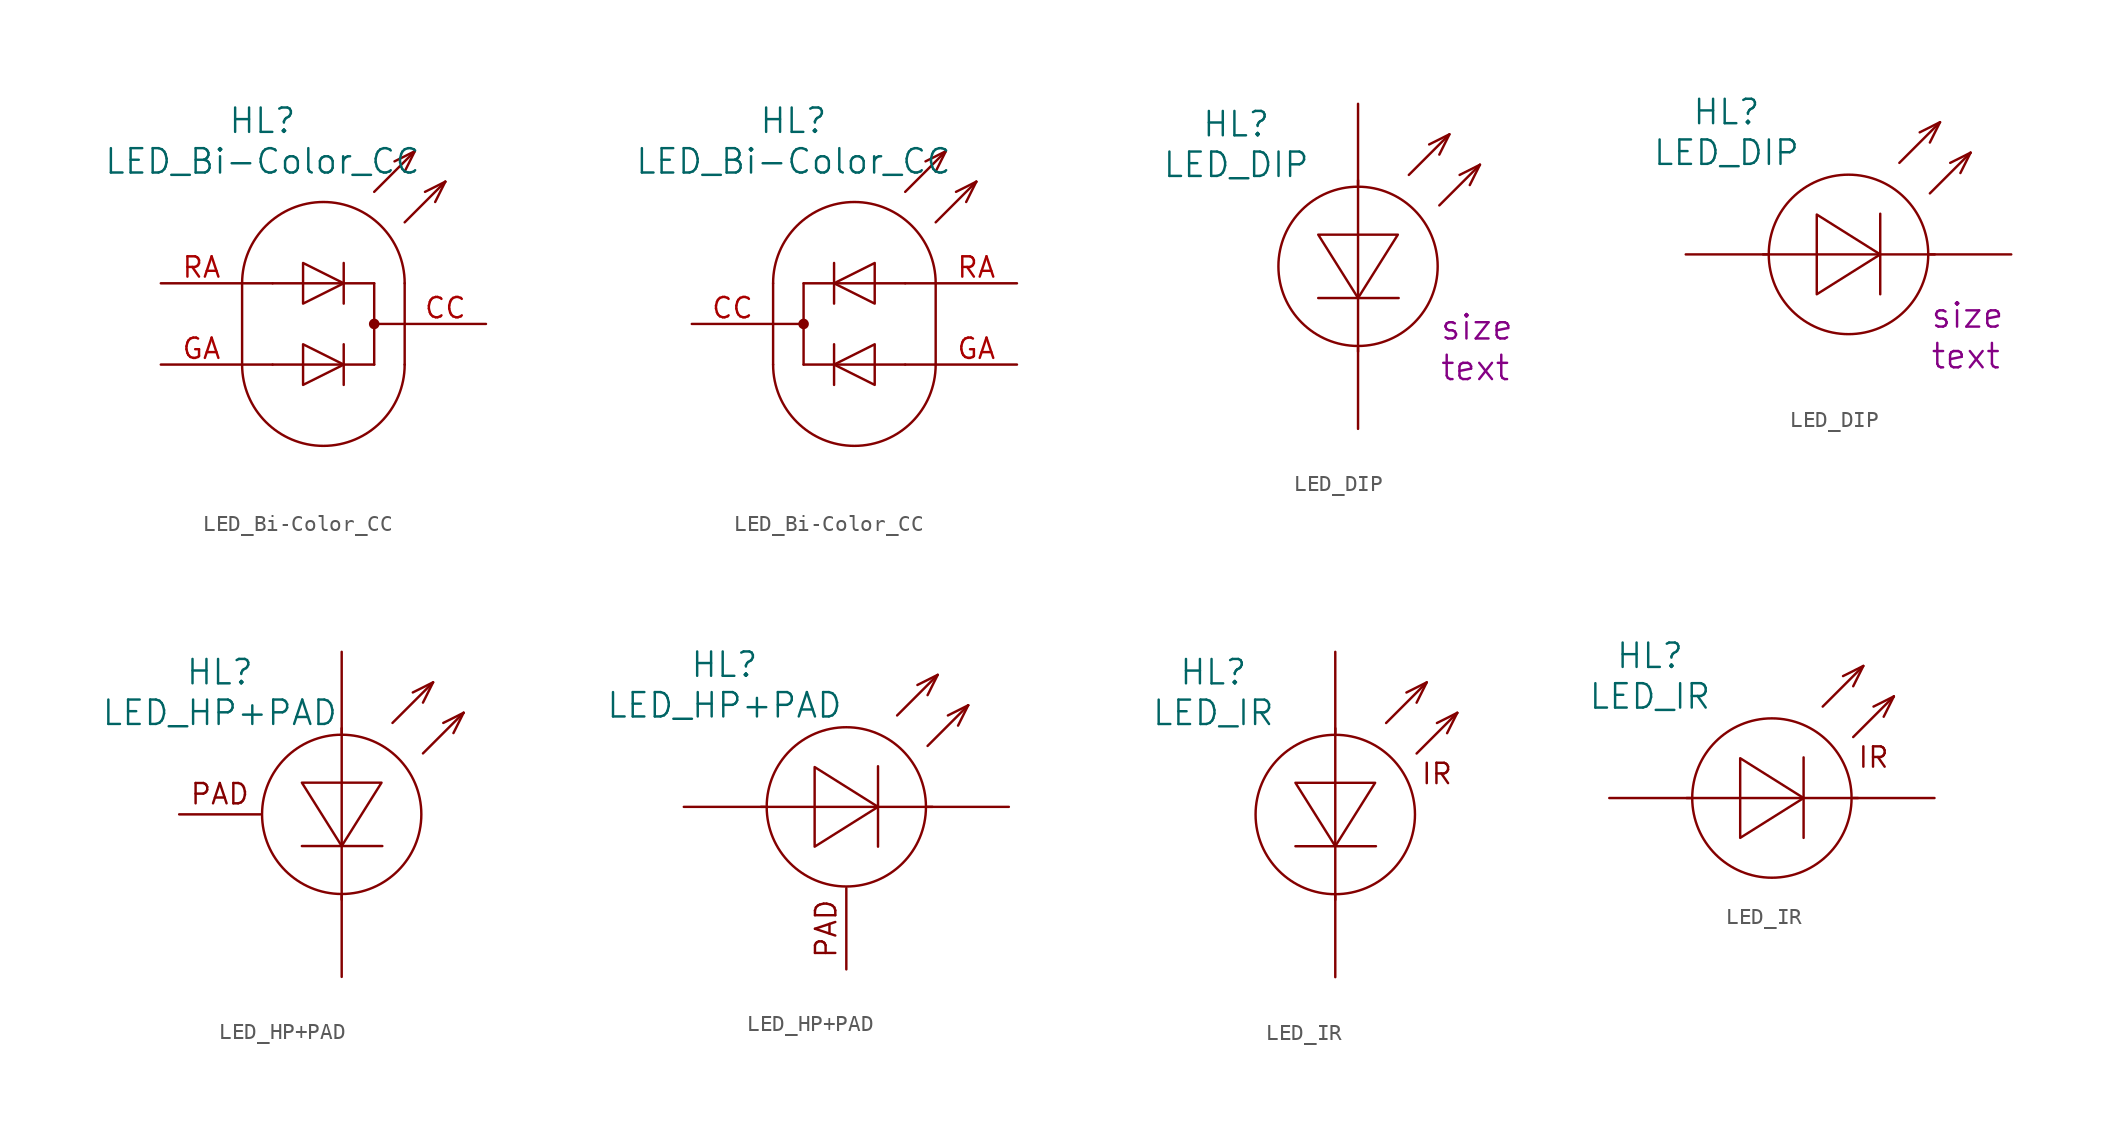
<source format=kicad_sym>
(kicad_symbol_lib
  (version 20220914)
  (generator kicad_symbol_editor)
  (symbol "LED_Bi-Color_CC"
    (pin_names
      (offset 1.016) hide)
    (property "Reference" "HL"
      (at -3.81 12.7 0)
      (effects (font (size 1.524 1.524))))
    (property "Value" "LED_Bi-Color_CC"
      (at -3.81 10.16 0)
      (effects (font (size 1.524 1.524))))
    (property "Datasheet" ""
      (at 5.08 -8.89 0)
      (effects (font (size 1.524 1.524))))
    (symbol "LED_Bi-Color_CC_0_0"
      (arc (start -5.08 -2.54) (mid 0 -7.5979) (end 5.08 -2.54) (stroke (width 0) (type solid)) (fill (type none)))
      (polyline (pts (xy -5.08 2.54) (xy -5.08 -2.54)) (stroke (width 0) (type solid)) (fill (type none)))
      (polyline (pts (xy -3.175 -2.54) (xy 3.175 -2.54)) (stroke (width 0) (type solid)) (fill (type none)))
      (polyline (pts (xy 3.175 2.54) (xy -3.175 2.54)) (stroke (width 0) (type solid)) (fill (type none)))
      (polyline (pts (xy 5.08 -2.54) (xy 5.08 2.54)) (stroke (width 0) (type solid)) (fill (type background)))
      (polyline (pts (xy 3.175 8.255) (xy 5.715 10.795) (xy 5.715 10.795)) (stroke (width 0) (type solid)) (fill (type none)))
      (polyline (pts (xy 5.08 6.35) (xy 7.62 8.89) (xy 7.62 8.89)) (stroke (width 0) (type solid)) (fill (type none)))
      (polyline (pts (xy 7.62 8.89) (xy 6.35 8.255) (xy 6.35 8.255)) (stroke (width 0) (type solid)) (fill (type none)))
      (polyline (pts (xy 7.62 8.89) (xy 6.985 7.62) (xy 6.985 7.62)) (stroke (width 0) (type solid)) (fill (type none)))
      (polyline (pts (xy 5.08 9.525) (xy 5.715 10.795) (xy 4.445 10.16) (xy 4.445 10.16)) (stroke (width 0) (type solid)) (fill (type none)))
      (arc (start 5.08 2.54) (mid 0 7.5979) (end -5.08 2.54) (stroke (width 0) (type solid)) (fill (type none))))
    (symbol "LED_Bi-Color_CC_0_1"
      (polyline (pts (xy -3.175 -2.54) (xy -5.08 -2.54)) (stroke (width 0) (type solid)) (fill (type none)))
      (polyline (pts (xy -3.175 2.54) (xy -5.08 2.54)) (stroke (width 0) (type solid)) (fill (type none)))
      (polyline (pts (xy 3.175 2.54) (xy 3.175 -2.54)) (stroke (width 0) (type solid)) (fill (type none)))
      (polyline (pts (xy 5.08 0) (xy 3.175 0)) (stroke (width 0) (type solid)) (fill (type none)))
      (polyline (pts (xy 1.27 -1.27) (xy 1.27 -3.81) (xy 1.27 -3.81)) (stroke (width 0) (type solid)) (fill (type none)))
      (polyline (pts (xy 1.27 3.81) (xy 1.27 1.27) (xy 1.27 1.27)) (stroke (width 0) (type solid)) (fill (type none)))
      (polyline (pts (xy -1.27 -1.27) (xy -1.27 -3.81) (xy 1.27 -2.54) (xy -1.27 -1.27) (xy -1.27 -1.27)) (stroke (width 0) (type solid)) (fill (type none)))
      (polyline (pts (xy -1.27 3.81) (xy -1.27 1.27) (xy 1.27 2.54) (xy -1.27 3.81) (xy -1.27 3.81)) (stroke (width 0) (type solid)) (fill (type none)))
      (circle (center 3.175 0) (radius 0.254) (stroke (width 0) (type solid)) (fill (type outline))))
    (symbol "LED_Bi-Color_CC_0_2"
      (circle (center -3.175 0) (radius 0.254) (stroke (width 0) (type solid)) (fill (type outline)))
      (polyline (pts (xy -3.175 0) (xy -5.08 0)) (stroke (width 0) (type solid)) (fill (type none)))
      (polyline (pts (xy -3.175 2.54) (xy -3.175 -2.54)) (stroke (width 0) (type solid)) (fill (type none)))
      (polyline (pts (xy 3.175 -2.54) (xy 5.08 -2.54)) (stroke (width 0) (type solid)) (fill (type none)))
      (polyline (pts (xy 3.175 2.54) (xy 5.08 2.54)) (stroke (width 0) (type solid)) (fill (type none)))
      (polyline (pts (xy -1.27 -1.27) (xy -1.27 -3.81) (xy -1.27 -3.81)) (stroke (width 0) (type solid)) (fill (type none)))
      (polyline (pts (xy -1.27 3.81) (xy -1.27 1.27) (xy -1.27 1.27)) (stroke (width 0) (type solid)) (fill (type none)))
      (polyline (pts (xy 1.27 -1.27) (xy 1.27 -3.81) (xy -1.27 -2.54) (xy 1.27 -1.27) (xy 1.27 -1.27)) (stroke (width 0) (type solid)) (fill (type none)))
      (polyline (pts (xy 1.27 3.81) (xy 1.27 1.27) (xy -1.27 2.54) (xy 1.27 3.81) (xy 1.27 3.81)) (stroke (width 0) (type solid)) (fill (type none))))
    (symbol "LED_Bi-Color_CC_1_1"
      (pin passive line (at 10.16 0 180) (length 5.08) (name "~" (effects (font (size 1.27 1.27)))) (number "CC" (effects (font (size 1.27 1.27)))))
      (pin passive line (at -10.16 -2.54 0) (length 5.08) (name "~" (effects (font (size 1.27 1.27)))) (number "GA" (effects (font (size 1.27 1.27)))))
      (pin passive line (at -10.16 2.54 0) (length 5.08) (name "~" (effects (font (size 1.27 1.27)))) (number "RA" (effects (font (size 1.27 1.27))))))
    (symbol "LED_Bi-Color_CC_1_2"
      (pin passive line (at -10.16 0 0) (length 5.08) (name "~" (effects (font (size 1.27 1.27)))) (number "CC" (effects (font (size 1.27 1.27)))))
      (pin passive line (at 10.16 -2.54 180) (length 5.08) (name "~" (effects (font (size 1.27 1.27)))) (number "GA" (effects (font (size 1.27 1.27)))))
      (pin passive line (at 10.16 2.54 180) (length 5.08) (name "~" (effects (font (size 1.27 1.27)))) (number "RA" (effects (font (size 1.27 1.27)))))))
  (symbol "LED_DIP"
    (pin_numbers hide)
    (pin_names
      (offset 1.016) hide)
    (property "Reference" "HL"
      (at -7.62 8.89 0)
      (effects (font (size 1.524 1.524))))
    (property "Value" "LED_DIP"
      (at -7.62 6.35 0)
      (effects (font (size 1.524 1.524))))
    (property "Datasheet" ""
      (at -7.62 8.89 0)
      (effects (font (size 1.524 1.524))))
    (property "Size" "size"
      (at 5.08 -3.81 0)
      (effects (font (size 1.524 1.524)) (justify left)))
    (property "Comment" "text"
      (at 5.08 -6.35 0)
      (effects (font (size 1.524 1.524)) (justify left)))
    (symbol "LED_DIP_0_0"
      (polyline (pts (xy 3.175 5.715) (xy 5.715 8.255) (xy 5.715 8.255)) (stroke (width 0) (type solid)) (fill (type none)))
      (polyline (pts (xy 5.08 3.81) (xy 7.62 6.35) (xy 7.62 6.35)) (stroke (width 0) (type solid)) (fill (type none)))
      (polyline (pts (xy 7.62 6.35) (xy 6.35 5.715) (xy 6.35 5.715)) (stroke (width 0) (type solid)) (fill (type none)))
      (polyline (pts (xy 7.62 6.35) (xy 6.985 5.08) (xy 6.985 5.08)) (stroke (width 0) (type solid)) (fill (type none)))
      (polyline (pts (xy 5.08 6.985) (xy 5.715 8.255) (xy 4.445 7.62) (xy 4.445 7.62)) (stroke (width 0) (type solid)) (fill (type none)))
      (circle (center 0 0) (radius 4.978) (stroke (width 0) (type solid)) (fill (type none))))
    (symbol "LED_DIP_0_1"
      (polyline (pts (xy 0 -5.334) (xy 0 5.385)) (stroke (width 0) (type solid)) (fill (type none)))
      (polyline (pts (xy -2.489 -1.981) (xy 2.489 -1.981) (xy 2.54 -1.981)) (stroke (width 0) (type solid)) (fill (type none)))
      (polyline (pts (xy 0 -1.981) (xy -2.489 1.981) (xy 2.489 1.981) (xy 0 -1.981)) (stroke (width 0) (type solid)) (fill (type none))))
    (symbol "LED_DIP_0_2"
      (polyline (pts (xy -5.334 0) (xy 5.385 0)) (stroke (width 0) (type solid)) (fill (type none)))
      (polyline (pts (xy 1.981 -2.489) (xy 1.981 2.489) (xy 1.981 2.54)) (stroke (width 0) (type solid)) (fill (type none)))
      (polyline (pts (xy 1.981 0) (xy -1.981 -2.489) (xy -1.981 2.489) (xy 1.981 0)) (stroke (width 0) (type solid)) (fill (type none))))
    (symbol "LED_DIP_1_1"
      (pin passive line (at 0 10.16 270) (length 5.08) (name "A" (effects (font (size 1.27 1.27)))) (number "A" (effects (font (size 1.27 1.27)))))
      (pin passive line (at 0 -10.16 90) (length 5.08) (name "C" (effects (font (size 1.27 1.27)))) (number "C" (effects (font (size 1.27 1.27))))))
    (symbol "LED_DIP_1_2"
      (pin passive line (at -10.16 0 0) (length 5.08) (name "A" (effects (font (size 1.27 1.27)))) (number "A" (effects (font (size 1.27 1.27)))))
      (pin passive line (at 10.16 0 180) (length 5.08) (name "C" (effects (font (size 1.27 1.27)))) (number "C" (effects (font (size 1.27 1.27)))))))
  (symbol "LED_HP+PAD"
    (pin_numbers hide)
    (pin_names
      (offset 1.016) hide)
    (property "Reference" "HL"
      (at -7.62 8.89 0)
      (effects (font (size 1.524 1.524))))
    (property "Value" "LED_HP+PAD"
      (at -7.62 6.35 0)
      (effects (font (size 1.524 1.524))))
    (property "Datasheet" ""
      (at -7.62 8.89 0)
      (effects (font (size 1.524 1.524))))
    (symbol "LED_HP+PAD_0_0"
      (polyline (pts (xy 3.175 5.715) (xy 5.715 8.255) (xy 5.715 8.255)) (stroke (width 0) (type solid)) (fill (type none)))
      (polyline (pts (xy 5.08 3.81) (xy 7.62 6.35) (xy 7.62 6.35)) (stroke (width 0) (type solid)) (fill (type none)))
      (polyline (pts (xy 7.62 6.35) (xy 6.35 5.715) (xy 6.35 5.715)) (stroke (width 0) (type solid)) (fill (type none)))
      (polyline (pts (xy 7.62 6.35) (xy 6.985 5.08) (xy 6.985 5.08)) (stroke (width 0) (type solid)) (fill (type none)))
      (polyline (pts (xy 5.08 6.985) (xy 5.715 8.255) (xy 4.445 7.62) (xy 4.445 7.62)) (stroke (width 0) (type solid)) (fill (type none)))
      (circle (center 0 0) (radius 4.978) (stroke (width 0) (type solid)) (fill (type none))))
    (symbol "LED_HP+PAD_0_1"
      (polyline (pts (xy 0 -5.334) (xy 0 5.385)) (stroke (width 0) (type solid)) (fill (type none)))
      (polyline (pts (xy -2.489 -1.981) (xy 2.489 -1.981) (xy 2.54 -1.981)) (stroke (width 0) (type solid)) (fill (type none)))
      (polyline (pts (xy 0 -1.981) (xy -2.489 1.981) (xy 2.489 1.981) (xy 0 -1.981)) (stroke (width 0) (type solid)) (fill (type none))))
    (symbol "LED_HP+PAD_0_2"
      (polyline (pts (xy -5.334 0) (xy 5.385 0)) (stroke (width 0) (type solid)) (fill (type none)))
      (polyline (pts (xy 1.981 -2.489) (xy 1.981 2.489) (xy 1.981 2.54)) (stroke (width 0) (type solid)) (fill (type none)))
      (polyline (pts (xy 1.981 0) (xy -1.981 -2.489) (xy -1.981 2.489) (xy 1.981 0)) (stroke (width 0) (type solid)) (fill (type none))))
    (symbol "LED_HP+PAD_1_1"
      (text "PAD" (at -7.62 1.27 0) (effects (font (size 1.27 1.27))))
      (pin passive line (at 0 10.16 270) (length 5.08) (name "A" (effects (font (size 1.27 1.27)))) (number "A" (effects (font (size 1.27 1.27)))))
      (pin passive line (at 0 -10.16 90) (length 5.08) (name "C" (effects (font (size 1.27 1.27)))) (number "C" (effects (font (size 1.27 1.27)))))
      (pin passive line (at -10.16 0 0) (length 5.08) (name "~" (effects (font (size 1.27 1.27)))) (number "PAD" (effects (font (size 1.27 1.27))))))
    (symbol "LED_HP+PAD_1_2"
      (text "PAD" (at -1.27 -7.62 900) (effects (font (size 1.27 1.27))))
      (pin passive line (at -10.16 0 0) (length 5.08) (name "A" (effects (font (size 1.27 1.27)))) (number "A" (effects (font (size 1.27 1.27)))))
      (pin passive line (at 10.16 0 180) (length 5.08) (name "C" (effects (font (size 1.27 1.27)))) (number "C" (effects (font (size 1.27 1.27)))))
      (pin passive line (at 0 -10.16 90) (length 5.08) (name "~" (effects (font (size 1.27 1.27)))) (number "PAD" (effects (font (size 1.27 1.27)))))))
  (symbol "LED_IR"
    (pin_numbers hide)
    (pin_names
      (offset 1.016) hide)
    (property "Reference" "HL"
      (at -7.62 8.89 0)
      (do_not_autoplace)
      (effects (font (size 1.524 1.524))))
    (property "Value" "LED_IR"
      (at -7.62 6.35 0)
      (do_not_autoplace)
      (effects (font (size 1.524 1.524))))
    (property "Datasheet" ""
      (at -7.62 8.89 0)
      (effects (font (size 1.524 1.524))))
    (symbol "LED_IR_0_0"
      (polyline (pts (xy 3.175 5.715) (xy 5.715 8.255) (xy 5.715 8.255)) (stroke (width 0) (type solid)) (fill (type none)))
      (polyline (pts (xy 5.08 3.81) (xy 7.62 6.35) (xy 7.62 6.35)) (stroke (width 0) (type solid)) (fill (type none)))
      (polyline (pts (xy 7.62 6.35) (xy 6.35 5.715) (xy 6.35 5.715)) (stroke (width 0) (type solid)) (fill (type none)))
      (polyline (pts (xy 7.62 6.35) (xy 6.985 5.08) (xy 6.985 5.08)) (stroke (width 0) (type solid)) (fill (type none)))
      (polyline (pts (xy 5.08 6.985) (xy 5.715 8.255) (xy 4.445 7.62) (xy 4.445 7.62)) (stroke (width 0) (type solid)) (fill (type none)))
      (circle (center 0 0) (radius 4.978) (stroke (width 0) (type solid)) (fill (type none)))
      (text "IR" (at 6.35 2.54 0) (effects (font (size 1.27 1.27)))))
    (symbol "LED_IR_0_1"
      (polyline (pts (xy 0 -5.334) (xy 0 5.385)) (stroke (width 0) (type solid)) (fill (type none)))
      (polyline (pts (xy -2.489 -1.981) (xy 2.489 -1.981) (xy 2.54 -1.981)) (stroke (width 0) (type solid)) (fill (type none)))
      (polyline (pts (xy 0 -1.981) (xy -2.489 1.981) (xy 2.489 1.981) (xy 0 -1.981)) (stroke (width 0) (type solid)) (fill (type none))))
    (symbol "LED_IR_0_2"
      (polyline (pts (xy -5.334 0) (xy 5.385 0)) (stroke (width 0) (type solid)) (fill (type none)))
      (polyline (pts (xy 1.981 -2.489) (xy 1.981 2.489) (xy 1.981 2.54)) (stroke (width 0) (type solid)) (fill (type none)))
      (polyline (pts (xy 1.981 0) (xy -1.981 -2.489) (xy -1.981 2.489) (xy 1.981 0)) (stroke (width 0) (type solid)) (fill (type none))))
    (symbol "LED_IR_1_1"
      (pin passive line (at 0 10.16 270) (length 5.08) (name "A" (effects (font (size 1.27 1.27)))) (number "A" (effects (font (size 1.27 1.27)))))
      (pin passive line (at 0 -10.16 90) (length 5.08) (name "C" (effects (font (size 1.27 1.27)))) (number "C" (effects (font (size 1.27 1.27))))))
    (symbol "LED_IR_1_2"
      (pin passive line (at -10.16 0 0) (length 5.08) (name "A" (effects (font (size 1.27 1.27)))) (number "A" (effects (font (size 1.27 1.27)))))
      (pin passive line (at 10.16 0 180) (length 5.08) (name "C" (effects (font (size 1.27 1.27)))) (number "C" (effects (font (size 1.27 1.27))))))))
</source>
